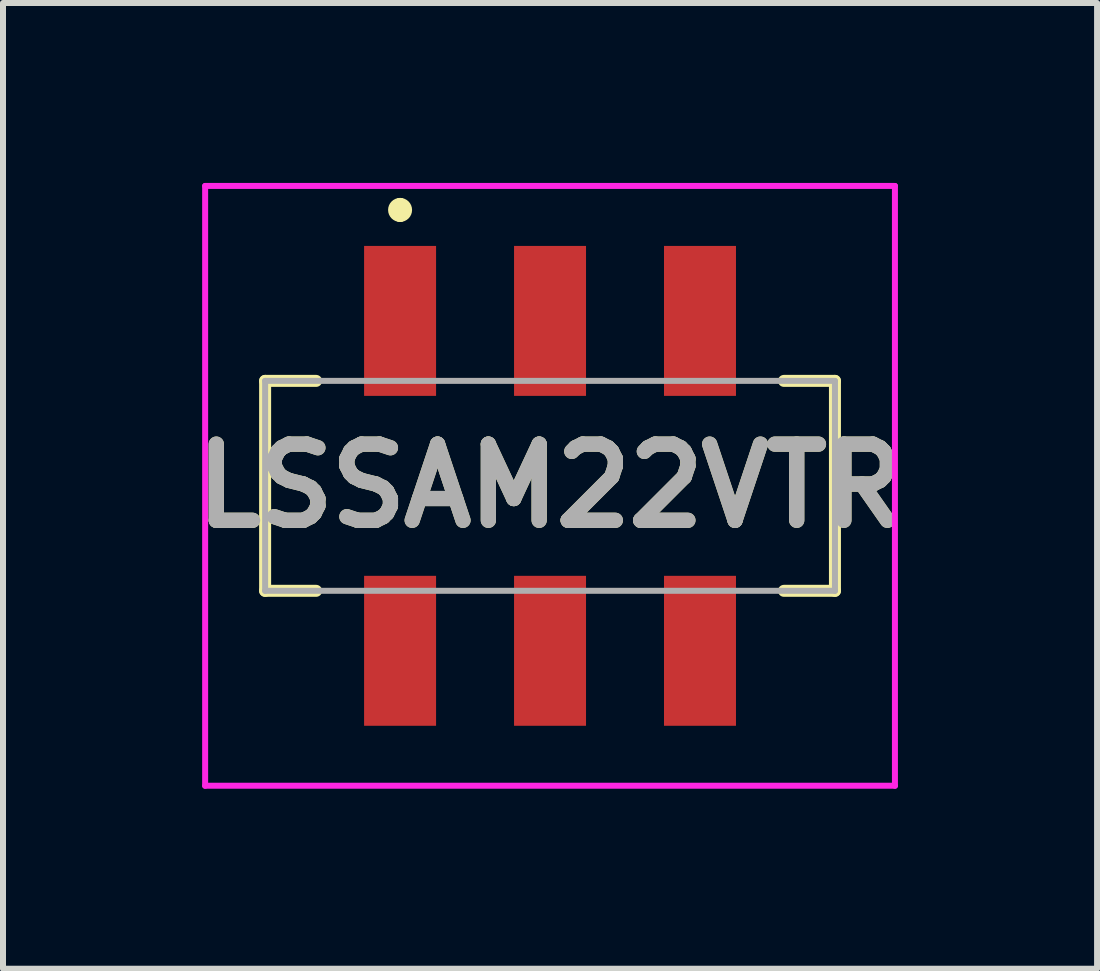
<source format=kicad_pcb>
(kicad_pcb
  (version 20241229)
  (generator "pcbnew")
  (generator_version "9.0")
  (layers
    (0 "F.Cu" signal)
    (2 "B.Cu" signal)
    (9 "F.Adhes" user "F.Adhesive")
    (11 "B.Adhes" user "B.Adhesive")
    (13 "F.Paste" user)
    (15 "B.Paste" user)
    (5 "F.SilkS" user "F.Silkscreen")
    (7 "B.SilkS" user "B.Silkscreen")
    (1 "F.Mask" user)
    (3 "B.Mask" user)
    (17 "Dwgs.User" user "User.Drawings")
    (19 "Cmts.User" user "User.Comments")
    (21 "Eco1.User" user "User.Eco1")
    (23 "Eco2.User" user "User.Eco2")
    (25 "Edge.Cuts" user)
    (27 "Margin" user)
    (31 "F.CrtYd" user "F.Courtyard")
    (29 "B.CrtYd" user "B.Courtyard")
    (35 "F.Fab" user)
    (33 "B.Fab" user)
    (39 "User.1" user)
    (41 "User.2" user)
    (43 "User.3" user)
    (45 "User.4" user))
  (footprint "LSSAM22VTR"
    (layer "F.Cu")
    (at 6.12 5.05)
    (property "Reference" "LSSAM22VTR" (at 0 0 0) (layer "F.SilkS") (effects (font (size 1.27 1.27) (thickness 0.254))))
    (attr smd)
    (fp_line (start -4.75 -1.75) (end -4.75 1.75) (stroke (width 0.2) (type solid)) (layer "F.SilkS"))
    (fp_line (start -4.75 1.75) (end -3.9 1.75) (stroke (width 0.2) (type solid)) (layer "F.SilkS"))
    (fp_line (start -3.9 -1.75) (end -4.75 -1.75) (stroke (width 0.2) (type solid)) (layer "F.SilkS"))
    (fp_line (start -2.5 -4.7) (end -2.5 -4.7) (stroke (width 0.2) (type solid)) (layer "F.SilkS"))
    (fp_line (start -2.5 -4.5) (end -2.5 -4.5) (stroke (width 0.2) (type solid)) (layer "F.SilkS"))
    (fp_line (start 3.9 1.75) (end 4.75 1.75) (stroke (width 0.2) (type solid)) (layer "F.SilkS"))
    (fp_line (start 4.75 -1.75) (end 3.9 -1.75) (stroke (width 0.2) (type solid)) (layer "F.SilkS"))
    (fp_line (start 4.75 1.75) (end 4.75 -1.75) (stroke (width 0.2) (type solid)) (layer "F.SilkS"))
    (fp_arc (start -2.5 -4.7) (mid -2.4 -4.6) (end -2.5 -4.5) (stroke (width 0.2) (type solid)) (layer "F.SilkS"))
    (fp_arc (start -2.5 -4.5) (mid -2.6 -4.6) (end -2.5 -4.7) (stroke (width 0.2) (type solid)) (layer "F.SilkS"))
    (fp_line (start -5.75 -5) (end 5.75 -5) (stroke (width 0.1) (type solid)) (layer "F.CrtYd"))
    (fp_line (start -5.75 5) (end -5.75 -5) (stroke (width 0.1) (type solid)) (layer "F.CrtYd"))
    (fp_line (start 5.75 -5) (end 5.75 5) (stroke (width 0.1) (type solid)) (layer "F.CrtYd"))
    (fp_line (start 5.75 5) (end -5.75 5) (stroke (width 0.1) (type solid)) (layer "F.CrtYd"))
    (fp_line (start -4.75 -1.75) (end 4.75 -1.75) (stroke (width 0.1) (type solid)) (layer "F.Fab"))
    (fp_line (start -4.75 1.75) (end -4.75 -1.75) (stroke (width 0.1) (type solid)) (layer "F.Fab"))
    (fp_line (start 4.75 -1.75) (end 4.75 1.75) (stroke (width 0.1) (type solid)) (layer "F.Fab"))
    (fp_line (start 4.75 1.75) (end -4.75 1.75) (stroke (width 0.1) (type solid)) (layer "F.Fab"))
    (fp_text user "${REFERENCE}" (at 0 0 0) (layer "F.Fab") (effects (font (size 1.27 1.27) (thickness 0.254))))
    (pad "A1" smd rect (at -2.5 -2.75) (size 1.2 2.5) (layers "F.Cu" "F.Mask" "F.Paste"))
    (pad "B1" smd rect (at 0 -2.75) (size 1.2 2.5) (layers "F.Cu" "F.Mask" "F.Paste"))
    (pad "C1" smd rect (at 2.5 -2.75) (size 1.2 2.5) (layers "F.Cu" "F.Mask" "F.Paste"))
    (pad "D1" smd rect (at -2.5 2.75) (size 1.2 2.5) (layers "F.Cu" "F.Mask" "F.Paste"))
    (pad "E1" smd rect (at 0 2.75) (size 1.2 2.5) (layers "F.Cu" "F.Mask" "F.Paste"))
    (pad "F1" smd rect (at 2.5 2.75) (size 1.2 2.5) (layers "F.Cu" "F.Mask" "F.Paste")))
  (gr_rect
    (start -3 -3)
    (end 15.24 13.1)
    (stroke (width 0.1) (type default))
    (fill no)
    (layer "Edge.Cuts")))
</source>
